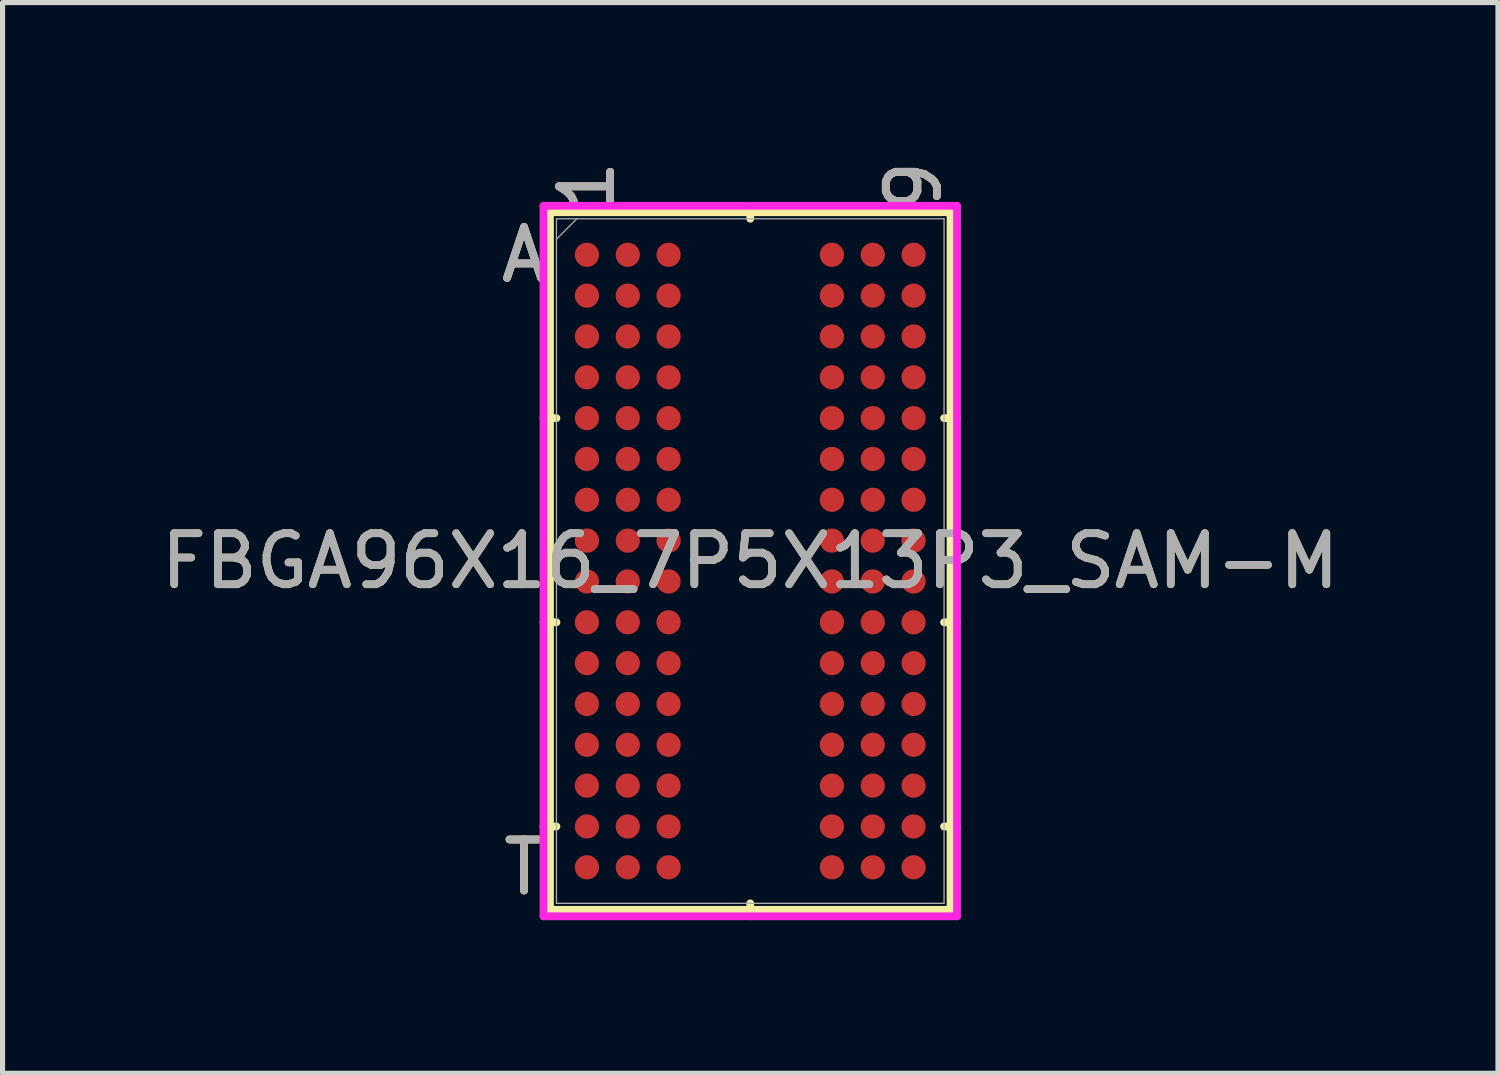
<source format=kicad_pcb>
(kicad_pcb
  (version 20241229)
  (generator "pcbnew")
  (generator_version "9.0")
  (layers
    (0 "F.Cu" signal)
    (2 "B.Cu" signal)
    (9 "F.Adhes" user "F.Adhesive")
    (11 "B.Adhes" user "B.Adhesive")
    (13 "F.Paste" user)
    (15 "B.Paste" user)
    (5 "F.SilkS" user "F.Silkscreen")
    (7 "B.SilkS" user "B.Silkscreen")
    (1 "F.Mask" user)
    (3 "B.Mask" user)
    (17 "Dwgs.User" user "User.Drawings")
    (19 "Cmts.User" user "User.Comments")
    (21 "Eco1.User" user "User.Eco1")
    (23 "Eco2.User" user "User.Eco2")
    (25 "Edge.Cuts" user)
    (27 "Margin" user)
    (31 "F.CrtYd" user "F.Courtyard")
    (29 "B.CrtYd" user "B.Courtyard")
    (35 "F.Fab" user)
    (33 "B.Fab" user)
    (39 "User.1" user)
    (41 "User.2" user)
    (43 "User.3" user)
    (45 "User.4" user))
  (footprint "FBGA96X16_7P5X13P3_SAM-M"
    (layer "F.Cu")
    (at 11.649 7.942)
    (property "Reference" "FBGA96X16_7P5X13P3_SAM-M" (at 0 0 0) (unlocked yes) (layer "F.SilkS") (effects (font (size 1 1) (thickness 0.15))))
    (attr smd)
    (fp_line (start -3.924 -6.833) (end -3.924 6.833) (stroke (width 0.152) (type solid)) (layer "F.SilkS"))
    (fp_line (start -3.924 6.833) (end 3.924 6.833) (stroke (width 0.152) (type solid)) (layer "F.SilkS"))
    (fp_line (start -3.797 -2.8) (end -4.051 -2.8) (stroke (width 0.152) (type solid)) (layer "F.SilkS"))
    (fp_line (start -3.797 1.2) (end -4.051 1.2) (stroke (width 0.152) (type solid)) (layer "F.SilkS"))
    (fp_line (start -3.797 5.2) (end -4.051 5.2) (stroke (width 0.152) (type solid)) (layer "F.SilkS"))
    (fp_line (start 0 -6.706) (end 0 -6.96) (stroke (width 0.152) (type solid)) (layer "F.SilkS"))
    (fp_line (start 0 6.706) (end 0 6.96) (stroke (width 0.152) (type solid)) (layer "F.SilkS"))
    (fp_line (start 3.797 -2.8) (end 4.051 -2.8) (stroke (width 0.152) (type solid)) (layer "F.SilkS"))
    (fp_line (start 3.797 1.2) (end 4.051 1.2) (stroke (width 0.152) (type solid)) (layer "F.SilkS"))
    (fp_line (start 3.797 5.2) (end 4.051 5.2) (stroke (width 0.152) (type solid)) (layer "F.SilkS"))
    (fp_line (start 3.924 -6.833) (end -3.924 -6.833) (stroke (width 0.152) (type solid)) (layer "F.SilkS"))
    (fp_line (start 3.924 6.833) (end 3.924 -6.833) (stroke (width 0.152) (type solid)) (layer "F.SilkS"))
    (fp_poly (pts (xy -4.045 -6.844) (xy 4.045 -6.844) (xy 4.045 6.844) (xy -4.045 6.844)) (stroke (width 0.1) (type solid)) (fill no) (layer "Eco2.User"))
    (fp_line (start -4.051 -6.96) (end 4.051 -6.96) (stroke (width 0.152) (type solid)) (layer "F.CrtYd"))
    (fp_line (start -4.051 6.96) (end -4.051 -6.96) (stroke (width 0.152) (type solid)) (layer "F.CrtYd"))
    (fp_line (start 4.051 -6.96) (end 4.051 6.96) (stroke (width 0.152) (type solid)) (layer "F.CrtYd"))
    (fp_line (start 4.051 6.96) (end -4.051 6.96) (stroke (width 0.152) (type solid)) (layer "F.CrtYd"))
    (fp_line (start -3.797 -6.706) (end -3.797 6.706) (stroke (width 0.025) (type solid)) (layer "F.Fab"))
    (fp_line (start -3.797 6.706) (end 3.797 6.706) (stroke (width 0.025) (type solid)) (layer "F.Fab"))
    (fp_line (start -3.397 -6.706) (end -3.797 -6.306) (stroke (width 0.025) (type solid)) (layer "F.Fab"))
    (fp_line (start 3.797 -6.706) (end -3.797 -6.706) (stroke (width 0.025) (type solid)) (layer "F.Fab"))
    (fp_line (start 3.797 6.706) (end 3.797 -6.706) (stroke (width 0.025) (type solid)) (layer "F.Fab"))
    (fp_text user "A" (at -4.432 -6 0) (unlocked yes) (layer "F.SilkS") (effects (font (size 1 1) (thickness 0.15))))
    (fp_text user "1" (at -3.2 -7.341 90) (unlocked yes) (layer "F.SilkS") (effects (font (size 1 1) (thickness 0.15))))
    (fp_text user "9" (at 3.2 -7.341 90) (unlocked yes) (layer "F.SilkS") (effects (font (size 1 1) (thickness 0.15))))
    (fp_text user "T" (at -4.432 6 0) (unlocked yes) (layer "F.SilkS") (effects (font (size 1 1) (thickness 0.15))))
    (fp_text user "T" (at -4.432 6 0) (unlocked yes) (layer "B.SilkS") (effects (font (size 1 1) (thickness 0.15))))
    (fp_text user "A" (at -4.432 -6 0) (unlocked yes) (layer "B.SilkS") (effects (font (size 1 1) (thickness 0.15))))
    (fp_text user "1" (at -3.2 -7.341 90) (unlocked yes) (layer "B.SilkS") (effects (font (size 1 1) (thickness 0.15))))
    (fp_text user "9" (at 3.2 -7.341 90) (unlocked yes) (layer "B.SilkS") (effects (font (size 1 1) (thickness 0.15))))
    (fp_text user "${REFERENCE}" (at 0 0 0) (unlocked yes) (layer "F.Fab") (effects (font (size 1 1) (thickness 0.15))))
    (fp_text user "1" (at -3.2 -7.341 90) (unlocked yes) (layer "F.Fab") (effects (font (size 1 1) (thickness 0.15))))
    (fp_text user "A" (at -4.432 -6 0) (unlocked yes) (layer "F.Fab") (effects (font (size 1 1) (thickness 0.15))))
    (fp_text user "T" (at -4.432 6 0) (unlocked yes) (layer "F.Fab") (effects (font (size 1 1) (thickness 0.15))))
    (fp_text user "9" (at 3.2 -7.341 90) (unlocked yes) (layer "F.Fab") (effects (font (size 1 1) (thickness 0.15))))
    (pad "A1" smd circle (at -3.2 -6) (size 0.475 0.475) (layers "F.Cu" "F.Mask" "F.Paste"))
    (pad "A2" smd circle (at -2.4 -6) (size 0.475 0.475) (layers "F.Cu" "F.Mask" "F.Paste"))
    (pad "A3" smd circle (at -1.6 -6) (size 0.475 0.475) (layers "F.Cu" "F.Mask" "F.Paste"))
    (pad "A7" smd circle (at 1.6 -6) (size 0.475 0.475) (layers "F.Cu" "F.Mask" "F.Paste"))
    (pad "A8" smd circle (at 2.4 -6) (size 0.475 0.475) (layers "F.Cu" "F.Mask" "F.Paste"))
    (pad "A9" smd circle (at 3.2 -6) (size 0.475 0.475) (layers "F.Cu" "F.Mask" "F.Paste"))
    (pad "B1" smd circle (at -3.2 -5.2) (size 0.475 0.475) (layers "F.Cu" "F.Mask" "F.Paste"))
    (pad "B2" smd circle (at -2.4 -5.2) (size 0.475 0.475) (layers "F.Cu" "F.Mask" "F.Paste"))
    (pad "B3" smd circle (at -1.6 -5.2) (size 0.475 0.475) (layers "F.Cu" "F.Mask" "F.Paste"))
    (pad "B7" smd circle (at 1.6 -5.2) (size 0.475 0.475) (layers "F.Cu" "F.Mask" "F.Paste"))
    (pad "B8" smd circle (at 2.4 -5.2) (size 0.475 0.475) (layers "F.Cu" "F.Mask" "F.Paste"))
    (pad "B9" smd circle (at 3.2 -5.2) (size 0.475 0.475) (layers "F.Cu" "F.Mask" "F.Paste"))
    (pad "C1" smd circle (at -3.2 -4.4) (size 0.475 0.475) (layers "F.Cu" "F.Mask" "F.Paste"))
    (pad "C2" smd circle (at -2.4 -4.4) (size 0.475 0.475) (layers "F.Cu" "F.Mask" "F.Paste"))
    (pad "C3" smd circle (at -1.6 -4.4) (size 0.475 0.475) (layers "F.Cu" "F.Mask" "F.Paste"))
    (pad "C7" smd circle (at 1.6 -4.4) (size 0.475 0.475) (layers "F.Cu" "F.Mask" "F.Paste"))
    (pad "C8" smd circle (at 2.4 -4.4) (size 0.475 0.475) (layers "F.Cu" "F.Mask" "F.Paste"))
    (pad "C9" smd circle (at 3.2 -4.4) (size 0.475 0.475) (layers "F.Cu" "F.Mask" "F.Paste"))
    (pad "D1" smd circle (at -3.2 -3.6) (size 0.475 0.475) (layers "F.Cu" "F.Mask" "F.Paste"))
    (pad "D2" smd circle (at -2.4 -3.6) (size 0.475 0.475) (layers "F.Cu" "F.Mask" "F.Paste"))
    (pad "D3" smd circle (at -1.6 -3.6) (size 0.475 0.475) (layers "F.Cu" "F.Mask" "F.Paste"))
    (pad "D7" smd circle (at 1.6 -3.6) (size 0.475 0.475) (layers "F.Cu" "F.Mask" "F.Paste"))
    (pad "D8" smd circle (at 2.4 -3.6) (size 0.475 0.475) (layers "F.Cu" "F.Mask" "F.Paste"))
    (pad "D9" smd circle (at 3.2 -3.6) (size 0.475 0.475) (layers "F.Cu" "F.Mask" "F.Paste"))
    (pad "E1" smd circle (at -3.2 -2.8) (size 0.475 0.475) (layers "F.Cu" "F.Mask" "F.Paste"))
    (pad "E2" smd circle (at -2.4 -2.8) (size 0.475 0.475) (layers "F.Cu" "F.Mask" "F.Paste"))
    (pad "E3" smd circle (at -1.6 -2.8) (size 0.475 0.475) (layers "F.Cu" "F.Mask" "F.Paste"))
    (pad "E7" smd circle (at 1.6 -2.8) (size 0.475 0.475) (layers "F.Cu" "F.Mask" "F.Paste"))
    (pad "E8" smd circle (at 2.4 -2.8) (size 0.475 0.475) (layers "F.Cu" "F.Mask" "F.Paste"))
    (pad "E9" smd circle (at 3.2 -2.8) (size 0.475 0.475) (layers "F.Cu" "F.Mask" "F.Paste"))
    (pad "F1" smd circle (at -3.2 -2) (size 0.475 0.475) (layers "F.Cu" "F.Mask" "F.Paste"))
    (pad "F2" smd circle (at -2.4 -2) (size 0.475 0.475) (layers "F.Cu" "F.Mask" "F.Paste"))
    (pad "F3" smd circle (at -1.6 -2) (size 0.475 0.475) (layers "F.Cu" "F.Mask" "F.Paste"))
    (pad "F7" smd circle (at 1.6 -2) (size 0.475 0.475) (layers "F.Cu" "F.Mask" "F.Paste"))
    (pad "F8" smd circle (at 2.4 -2) (size 0.475 0.475) (layers "F.Cu" "F.Mask" "F.Paste"))
    (pad "F9" smd circle (at 3.2 -2) (size 0.475 0.475) (layers "F.Cu" "F.Mask" "F.Paste"))
    (pad "G1" smd circle (at -3.2 -1.2) (size 0.475 0.475) (layers "F.Cu" "F.Mask" "F.Paste"))
    (pad "G2" smd circle (at -2.4 -1.2) (size 0.475 0.475) (layers "F.Cu" "F.Mask" "F.Paste"))
    (pad "G3" smd circle (at -1.6 -1.2) (size 0.475 0.475) (layers "F.Cu" "F.Mask" "F.Paste"))
    (pad "G7" smd circle (at 1.6 -1.2) (size 0.475 0.475) (layers "F.Cu" "F.Mask" "F.Paste"))
    (pad "G8" smd circle (at 2.4 -1.2) (size 0.475 0.475) (layers "F.Cu" "F.Mask" "F.Paste"))
    (pad "G9" smd circle (at 3.2 -1.2) (size 0.475 0.475) (layers "F.Cu" "F.Mask" "F.Paste"))
    (pad "H1" smd circle (at -3.2 -0.4) (size 0.475 0.475) (layers "F.Cu" "F.Mask" "F.Paste"))
    (pad "H2" smd circle (at -2.4 -0.4) (size 0.475 0.475) (layers "F.Cu" "F.Mask" "F.Paste"))
    (pad "H3" smd circle (at -1.6 -0.4) (size 0.475 0.475) (layers "F.Cu" "F.Mask" "F.Paste"))
    (pad "H7" smd circle (at 1.6 -0.4) (size 0.475 0.475) (layers "F.Cu" "F.Mask" "F.Paste"))
    (pad "H8" smd circle (at 2.4 -0.4) (size 0.475 0.475) (layers "F.Cu" "F.Mask" "F.Paste"))
    (pad "H9" smd circle (at 3.2 -0.4) (size 0.475 0.475) (layers "F.Cu" "F.Mask" "F.Paste"))
    (pad "J1" smd circle (at -3.2 0.4) (size 0.475 0.475) (layers "F.Cu" "F.Mask" "F.Paste"))
    (pad "J2" smd circle (at -2.4 0.4) (size 0.475 0.475) (layers "F.Cu" "F.Mask" "F.Paste"))
    (pad "J3" smd circle (at -1.6 0.4) (size 0.475 0.475) (layers "F.Cu" "F.Mask" "F.Paste"))
    (pad "J7" smd circle (at 1.6 0.4) (size 0.475 0.475) (layers "F.Cu" "F.Mask" "F.Paste"))
    (pad "J8" smd circle (at 2.4 0.4) (size 0.475 0.475) (layers "F.Cu" "F.Mask" "F.Paste"))
    (pad "J9" smd circle (at 3.2 0.4) (size 0.475 0.475) (layers "F.Cu" "F.Mask" "F.Paste"))
    (pad "K1" smd circle (at -3.2 1.2) (size 0.475 0.475) (layers "F.Cu" "F.Mask" "F.Paste"))
    (pad "K2" smd circle (at -2.4 1.2) (size 0.475 0.475) (layers "F.Cu" "F.Mask" "F.Paste"))
    (pad "K3" smd circle (at -1.6 1.2) (size 0.475 0.475) (layers "F.Cu" "F.Mask" "F.Paste"))
    (pad "K7" smd circle (at 1.6 1.2) (size 0.475 0.475) (layers "F.Cu" "F.Mask" "F.Paste"))
    (pad "K8" smd circle (at 2.4 1.2) (size 0.475 0.475) (layers "F.Cu" "F.Mask" "F.Paste"))
    (pad "K9" smd circle (at 3.2 1.2) (size 0.475 0.475) (layers "F.Cu" "F.Mask" "F.Paste"))
    (pad "L1" smd circle (at -3.2 2) (size 0.475 0.475) (layers "F.Cu" "F.Mask" "F.Paste"))
    (pad "L2" smd circle (at -2.4 2) (size 0.475 0.475) (layers "F.Cu" "F.Mask" "F.Paste"))
    (pad "L3" smd circle (at -1.6 2) (size 0.475 0.475) (layers "F.Cu" "F.Mask" "F.Paste"))
    (pad "L7" smd circle (at 1.6 2) (size 0.475 0.475) (layers "F.Cu" "F.Mask" "F.Paste"))
    (pad "L8" smd circle (at 2.4 2) (size 0.475 0.475) (layers "F.Cu" "F.Mask" "F.Paste"))
    (pad "L9" smd circle (at 3.2 2) (size 0.475 0.475) (layers "F.Cu" "F.Mask" "F.Paste"))
    (pad "M1" smd circle (at -3.2 2.8) (size 0.475 0.475) (layers "F.Cu" "F.Mask" "F.Paste"))
    (pad "M2" smd circle (at -2.4 2.8) (size 0.475 0.475) (layers "F.Cu" "F.Mask" "F.Paste"))
    (pad "M3" smd circle (at -1.6 2.8) (size 0.475 0.475) (layers "F.Cu" "F.Mask" "F.Paste"))
    (pad "M7" smd circle (at 1.6 2.8) (size 0.475 0.475) (layers "F.Cu" "F.Mask" "F.Paste"))
    (pad "M8" smd circle (at 2.4 2.8) (size 0.475 0.475) (layers "F.Cu" "F.Mask" "F.Paste"))
    (pad "M9" smd circle (at 3.2 2.8) (size 0.475 0.475) (layers "F.Cu" "F.Mask" "F.Paste"))
    (pad "N1" smd circle (at -3.2 3.6) (size 0.475 0.475) (layers "F.Cu" "F.Mask" "F.Paste"))
    (pad "N2" smd circle (at -2.4 3.6) (size 0.475 0.475) (layers "F.Cu" "F.Mask" "F.Paste"))
    (pad "N3" smd circle (at -1.6 3.6) (size 0.475 0.475) (layers "F.Cu" "F.Mask" "F.Paste"))
    (pad "N7" smd circle (at 1.6 3.6) (size 0.475 0.475) (layers "F.Cu" "F.Mask" "F.Paste"))
    (pad "N8" smd circle (at 2.4 3.6) (size 0.475 0.475) (layers "F.Cu" "F.Mask" "F.Paste"))
    (pad "N9" smd circle (at 3.2 3.6) (size 0.475 0.475) (layers "F.Cu" "F.Mask" "F.Paste"))
    (pad "P1" smd circle (at -3.2 4.4) (size 0.475 0.475) (layers "F.Cu" "F.Mask" "F.Paste"))
    (pad "P2" smd circle (at -2.4 4.4) (size 0.475 0.475) (layers "F.Cu" "F.Mask" "F.Paste"))
    (pad "P3" smd circle (at -1.6 4.4) (size 0.475 0.475) (layers "F.Cu" "F.Mask" "F.Paste"))
    (pad "P7" smd circle (at 1.6 4.4) (size 0.475 0.475) (layers "F.Cu" "F.Mask" "F.Paste"))
    (pad "P8" smd circle (at 2.4 4.4) (size 0.475 0.475) (layers "F.Cu" "F.Mask" "F.Paste"))
    (pad "P9" smd circle (at 3.2 4.4) (size 0.475 0.475) (layers "F.Cu" "F.Mask" "F.Paste"))
    (pad "R1" smd circle (at -3.2 5.2) (size 0.475 0.475) (layers "F.Cu" "F.Mask" "F.Paste"))
    (pad "R2" smd circle (at -2.4 5.2) (size 0.475 0.475) (layers "F.Cu" "F.Mask" "F.Paste"))
    (pad "R3" smd circle (at -1.6 5.2) (size 0.475 0.475) (layers "F.Cu" "F.Mask" "F.Paste"))
    (pad "R7" smd circle (at 1.6 5.2) (size 0.475 0.475) (layers "F.Cu" "F.Mask" "F.Paste"))
    (pad "R8" smd circle (at 2.4 5.2) (size 0.475 0.475) (layers "F.Cu" "F.Mask" "F.Paste"))
    (pad "R9" smd circle (at 3.2 5.2) (size 0.475 0.475) (layers "F.Cu" "F.Mask" "F.Paste"))
    (pad "T1" smd circle (at -3.2 6) (size 0.475 0.475) (layers "F.Cu" "F.Mask" "F.Paste"))
    (pad "T2" smd circle (at -2.4 6) (size 0.475 0.475) (layers "F.Cu" "F.Mask" "F.Paste"))
    (pad "T3" smd circle (at -1.6 6) (size 0.475 0.475) (layers "F.Cu" "F.Mask" "F.Paste"))
    (pad "T7" smd circle (at 1.6 6) (size 0.475 0.475) (layers "F.Cu" "F.Mask" "F.Paste"))
    (pad "T8" smd circle (at 2.4 6) (size 0.475 0.475) (layers "F.Cu" "F.Mask" "F.Paste"))
    (pad "T9" smd circle (at 3.2 6) (size 0.475 0.475) (layers "F.Cu" "F.Mask" "F.Paste")))
  (gr_rect
    (start -3 -3)
    (end 26.298 17.978)
    (stroke (width 0.1) (type default))
    (fill no)
    (layer "Edge.Cuts")))
</source>
